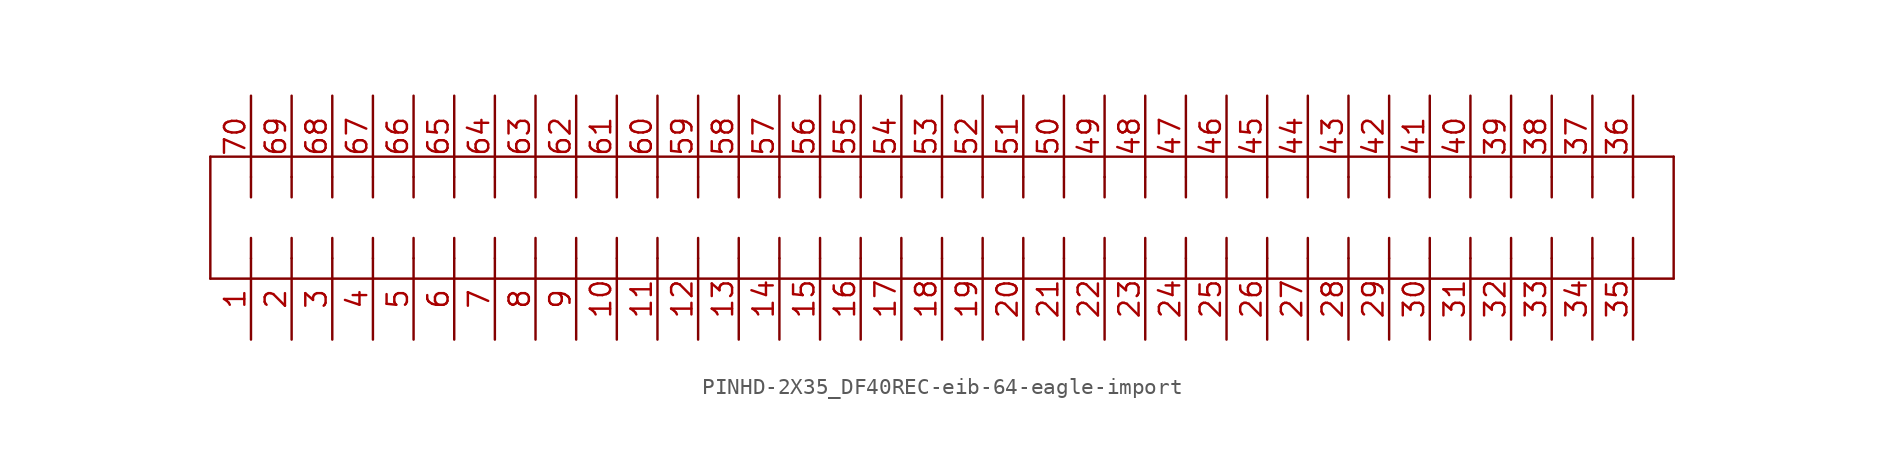
<source format=kicad_sym>
(kicad_symbol_lib
  (version 20220914)
  (generator kicad_symbol_editor)
  (symbol "PINHD-2X35_DF40REC-eib-64-eagle-import"
    (pin_names
      (offset 1.016))
    (property "Reference" ""
      (at 0 0 0)
      (effects (font (size 1.27 1.27)) hide))
    (property "ki_locked" ""
      (at 0 0 0)
      (effects (font (size 1.27 1.27))))
    (symbol "PINHD-2X35_DF40REC-eib-64-eagle-import_1_0"
      (polyline (pts (xy -2.54 -3.81) (xy 88.9 -3.81)) (stroke (width 0) (type solid)) (fill (type none)))
      (polyline (pts (xy -2.54 3.81) (xy -2.54 -3.81)) (stroke (width 0) (type solid)) (fill (type none)))
      (polyline (pts (xy 0 -1.27) (xy 0 -2.54)) (stroke (width 0) (type solid)) (fill (type none)))
      (polyline (pts (xy 0 2.54) (xy 0 1.27)) (stroke (width 0) (type solid)) (fill (type none)))
      (polyline (pts (xy 2.54 -1.27) (xy 2.54 -2.54)) (stroke (width 0) (type solid)) (fill (type none)))
      (polyline (pts (xy 2.54 2.54) (xy 2.54 1.27)) (stroke (width 0) (type solid)) (fill (type none)))
      (polyline (pts (xy 5.08 -1.27) (xy 5.08 -2.54)) (stroke (width 0) (type solid)) (fill (type none)))
      (polyline (pts (xy 5.08 2.54) (xy 5.08 1.27)) (stroke (width 0) (type solid)) (fill (type none)))
      (polyline (pts (xy 7.62 -1.27) (xy 7.62 -2.54)) (stroke (width 0) (type solid)) (fill (type none)))
      (polyline (pts (xy 7.62 2.54) (xy 7.62 1.27)) (stroke (width 0) (type solid)) (fill (type none)))
      (polyline (pts (xy 10.16 -1.27) (xy 10.16 -2.54)) (stroke (width 0) (type solid)) (fill (type none)))
      (polyline (pts (xy 10.16 2.54) (xy 10.16 1.27)) (stroke (width 0) (type solid)) (fill (type none)))
      (polyline (pts (xy 12.7 -1.27) (xy 12.7 -2.54)) (stroke (width 0) (type solid)) (fill (type none)))
      (polyline (pts (xy 12.7 2.54) (xy 12.7 1.27)) (stroke (width 0) (type solid)) (fill (type none)))
      (polyline (pts (xy 15.24 -1.27) (xy 15.24 -2.54)) (stroke (width 0) (type solid)) (fill (type none)))
      (polyline (pts (xy 15.24 2.54) (xy 15.24 1.27)) (stroke (width 0) (type solid)) (fill (type none)))
      (polyline (pts (xy 17.78 -1.27) (xy 17.78 -2.54)) (stroke (width 0) (type solid)) (fill (type none)))
      (polyline (pts (xy 17.78 2.54) (xy 17.78 1.27)) (stroke (width 0) (type solid)) (fill (type none)))
      (polyline (pts (xy 20.32 -1.27) (xy 20.32 -2.54)) (stroke (width 0) (type solid)) (fill (type none)))
      (polyline (pts (xy 20.32 2.54) (xy 20.32 1.27)) (stroke (width 0) (type solid)) (fill (type none)))
      (polyline (pts (xy 22.86 -1.27) (xy 22.86 -2.54)) (stroke (width 0) (type solid)) (fill (type none)))
      (polyline (pts (xy 22.86 2.54) (xy 22.86 1.27)) (stroke (width 0) (type solid)) (fill (type none)))
      (polyline (pts (xy 25.4 -1.27) (xy 25.4 -2.54)) (stroke (width 0) (type solid)) (fill (type none)))
      (polyline (pts (xy 25.4 2.54) (xy 25.4 1.27)) (stroke (width 0) (type solid)) (fill (type none)))
      (polyline (pts (xy 27.94 -1.27) (xy 27.94 -2.54)) (stroke (width 0) (type solid)) (fill (type none)))
      (polyline (pts (xy 27.94 2.54) (xy 27.94 1.27)) (stroke (width 0) (type solid)) (fill (type none)))
      (polyline (pts (xy 30.48 -1.27) (xy 30.48 -2.54)) (stroke (width 0) (type solid)) (fill (type none)))
      (polyline (pts (xy 30.48 2.54) (xy 30.48 1.27)) (stroke (width 0) (type solid)) (fill (type none)))
      (polyline (pts (xy 33.02 -1.27) (xy 33.02 -2.54)) (stroke (width 0) (type solid)) (fill (type none)))
      (polyline (pts (xy 33.02 2.54) (xy 33.02 1.27)) (stroke (width 0) (type solid)) (fill (type none)))
      (polyline (pts (xy 35.56 -1.27) (xy 35.56 -2.54)) (stroke (width 0) (type solid)) (fill (type none)))
      (polyline (pts (xy 35.56 2.54) (xy 35.56 1.27)) (stroke (width 0) (type solid)) (fill (type none)))
      (polyline (pts (xy 38.1 -1.27) (xy 38.1 -2.54)) (stroke (width 0) (type solid)) (fill (type none)))
      (polyline (pts (xy 38.1 2.54) (xy 38.1 1.27)) (stroke (width 0) (type solid)) (fill (type none)))
      (polyline (pts (xy 40.64 -1.27) (xy 40.64 -2.54)) (stroke (width 0) (type solid)) (fill (type none)))
      (polyline (pts (xy 40.64 2.54) (xy 40.64 1.27)) (stroke (width 0) (type solid)) (fill (type none)))
      (polyline (pts (xy 43.18 -1.27) (xy 43.18 -2.54)) (stroke (width 0) (type solid)) (fill (type none)))
      (polyline (pts (xy 43.18 2.54) (xy 43.18 1.27)) (stroke (width 0) (type solid)) (fill (type none)))
      (polyline (pts (xy 45.72 -1.27) (xy 45.72 -2.54)) (stroke (width 0) (type solid)) (fill (type none)))
      (polyline (pts (xy 45.72 2.54) (xy 45.72 1.27)) (stroke (width 0) (type solid)) (fill (type none)))
      (polyline (pts (xy 48.26 -1.27) (xy 48.26 -2.54)) (stroke (width 0) (type solid)) (fill (type none)))
      (polyline (pts (xy 48.26 2.54) (xy 48.26 1.27)) (stroke (width 0) (type solid)) (fill (type none)))
      (polyline (pts (xy 50.8 -1.27) (xy 50.8 -2.54)) (stroke (width 0) (type solid)) (fill (type none)))
      (polyline (pts (xy 50.8 2.54) (xy 50.8 1.27)) (stroke (width 0) (type solid)) (fill (type none)))
      (polyline (pts (xy 53.34 -1.27) (xy 53.34 -2.54)) (stroke (width 0) (type solid)) (fill (type none)))
      (polyline (pts (xy 53.34 2.54) (xy 53.34 1.27)) (stroke (width 0) (type solid)) (fill (type none)))
      (polyline (pts (xy 55.88 -1.27) (xy 55.88 -2.54)) (stroke (width 0) (type solid)) (fill (type none)))
      (polyline (pts (xy 55.88 2.54) (xy 55.88 1.27)) (stroke (width 0) (type solid)) (fill (type none)))
      (polyline (pts (xy 58.42 -1.27) (xy 58.42 -2.54)) (stroke (width 0) (type solid)) (fill (type none)))
      (polyline (pts (xy 58.42 2.54) (xy 58.42 1.27)) (stroke (width 0) (type solid)) (fill (type none)))
      (polyline (pts (xy 60.96 -1.27) (xy 60.96 -2.54)) (stroke (width 0) (type solid)) (fill (type none)))
      (polyline (pts (xy 60.96 2.54) (xy 60.96 1.27)) (stroke (width 0) (type solid)) (fill (type none)))
      (polyline (pts (xy 63.5 -1.27) (xy 63.5 -2.54)) (stroke (width 0) (type solid)) (fill (type none)))
      (polyline (pts (xy 63.5 2.54) (xy 63.5 1.27)) (stroke (width 0) (type solid)) (fill (type none)))
      (polyline (pts (xy 66.04 -1.27) (xy 66.04 -2.54)) (stroke (width 0) (type solid)) (fill (type none)))
      (polyline (pts (xy 66.04 2.54) (xy 66.04 1.27)) (stroke (width 0) (type solid)) (fill (type none)))
      (polyline (pts (xy 68.58 -1.27) (xy 68.58 -2.54)) (stroke (width 0) (type solid)) (fill (type none)))
      (polyline (pts (xy 68.58 2.54) (xy 68.58 1.27)) (stroke (width 0) (type solid)) (fill (type none)))
      (polyline (pts (xy 71.12 -1.27) (xy 71.12 -2.54)) (stroke (width 0) (type solid)) (fill (type none)))
      (polyline (pts (xy 71.12 2.54) (xy 71.12 1.27)) (stroke (width 0) (type solid)) (fill (type none)))
      (polyline (pts (xy 73.66 -1.27) (xy 73.66 -2.54)) (stroke (width 0) (type solid)) (fill (type none)))
      (polyline (pts (xy 73.66 2.54) (xy 73.66 1.27)) (stroke (width 0) (type solid)) (fill (type none)))
      (polyline (pts (xy 76.2 -1.27) (xy 76.2 -2.54)) (stroke (width 0) (type solid)) (fill (type none)))
      (polyline (pts (xy 76.2 2.54) (xy 76.2 1.27)) (stroke (width 0) (type solid)) (fill (type none)))
      (polyline (pts (xy 78.74 -1.27) (xy 78.74 -2.54)) (stroke (width 0) (type solid)) (fill (type none)))
      (polyline (pts (xy 78.74 2.54) (xy 78.74 1.27)) (stroke (width 0) (type solid)) (fill (type none)))
      (polyline (pts (xy 81.28 -1.27) (xy 81.28 -2.54)) (stroke (width 0) (type solid)) (fill (type none)))
      (polyline (pts (xy 81.28 2.54) (xy 81.28 1.27)) (stroke (width 0) (type solid)) (fill (type none)))
      (polyline (pts (xy 83.82 -1.27) (xy 83.82 -2.54)) (stroke (width 0) (type solid)) (fill (type none)))
      (polyline (pts (xy 83.82 2.54) (xy 83.82 1.27)) (stroke (width 0) (type solid)) (fill (type none)))
      (polyline (pts (xy 86.36 -1.27) (xy 86.36 -2.54)) (stroke (width 0) (type solid)) (fill (type none)))
      (polyline (pts (xy 86.36 2.54) (xy 86.36 1.27)) (stroke (width 0) (type solid)) (fill (type none)))
      (polyline (pts (xy 88.9 -3.81) (xy 88.9 3.81)) (stroke (width 0) (type solid)) (fill (type none)))
      (polyline (pts (xy 88.9 3.81) (xy -2.54 3.81)) (stroke (width 0) (type solid)) (fill (type none)))
      (pin bidirectional line (at 0 -7.62 90) (length 5.08) (name "1" (effects (font (size 0 0)))) (number "1" (effects (font (size 1.27 1.27)))))
      (pin bidirectional line (at 22.86 -7.62 90) (length 5.08) (name "10" (effects (font (size 0 0)))) (number "10" (effects (font (size 1.27 1.27)))))
      (pin bidirectional line (at 25.4 -7.62 90) (length 5.08) (name "11" (effects (font (size 0 0)))) (number "11" (effects (font (size 1.27 1.27)))))
      (pin bidirectional line (at 27.94 -7.62 90) (length 5.08) (name "12" (effects (font (size 0 0)))) (number "12" (effects (font (size 1.27 1.27)))))
      (pin bidirectional line (at 30.48 -7.62 90) (length 5.08) (name "13" (effects (font (size 0 0)))) (number "13" (effects (font (size 1.27 1.27)))))
      (pin bidirectional line (at 33.02 -7.62 90) (length 5.08) (name "14" (effects (font (size 0 0)))) (number "14" (effects (font (size 1.27 1.27)))))
      (pin bidirectional line (at 35.56 -7.62 90) (length 5.08) (name "15" (effects (font (size 0 0)))) (number "15" (effects (font (size 1.27 1.27)))))
      (pin bidirectional line (at 38.1 -7.62 90) (length 5.08) (name "16" (effects (font (size 0 0)))) (number "16" (effects (font (size 1.27 1.27)))))
      (pin bidirectional line (at 40.64 -7.62 90) (length 5.08) (name "17" (effects (font (size 0 0)))) (number "17" (effects (font (size 1.27 1.27)))))
      (pin bidirectional line (at 43.18 -7.62 90) (length 5.08) (name "18" (effects (font (size 0 0)))) (number "18" (effects (font (size 1.27 1.27)))))
      (pin bidirectional line (at 45.72 -7.62 90) (length 5.08) (name "19" (effects (font (size 0 0)))) (number "19" (effects (font (size 1.27 1.27)))))
      (pin bidirectional line (at 2.54 -7.62 90) (length 5.08) (name "2" (effects (font (size 0 0)))) (number "2" (effects (font (size 1.27 1.27)))))
      (pin bidirectional line (at 48.26 -7.62 90) (length 5.08) (name "20" (effects (font (size 0 0)))) (number "20" (effects (font (size 1.27 1.27)))))
      (pin bidirectional line (at 50.8 -7.62 90) (length 5.08) (name "21" (effects (font (size 0 0)))) (number "21" (effects (font (size 1.27 1.27)))))
      (pin bidirectional line (at 53.34 -7.62 90) (length 5.08) (name "22" (effects (font (size 0 0)))) (number "22" (effects (font (size 1.27 1.27)))))
      (pin bidirectional line (at 55.88 -7.62 90) (length 5.08) (name "23" (effects (font (size 0 0)))) (number "23" (effects (font (size 1.27 1.27)))))
      (pin bidirectional line (at 58.42 -7.62 90) (length 5.08) (name "24" (effects (font (size 0 0)))) (number "24" (effects (font (size 1.27 1.27)))))
      (pin bidirectional line (at 60.96 -7.62 90) (length 5.08) (name "25" (effects (font (size 0 0)))) (number "25" (effects (font (size 1.27 1.27)))))
      (pin bidirectional line (at 63.5 -7.62 90) (length 5.08) (name "26" (effects (font (size 0 0)))) (number "26" (effects (font (size 1.27 1.27)))))
      (pin bidirectional line (at 66.04 -7.62 90) (length 5.08) (name "27" (effects (font (size 0 0)))) (number "27" (effects (font (size 1.27 1.27)))))
      (pin bidirectional line (at 68.58 -7.62 90) (length 5.08) (name "28" (effects (font (size 0 0)))) (number "28" (effects (font (size 1.27 1.27)))))
      (pin bidirectional line (at 71.12 -7.62 90) (length 5.08) (name "29" (effects (font (size 0 0)))) (number "29" (effects (font (size 1.27 1.27)))))
      (pin bidirectional line (at 5.08 -7.62 90) (length 5.08) (name "3" (effects (font (size 0 0)))) (number "3" (effects (font (size 1.27 1.27)))))
      (pin bidirectional line (at 73.66 -7.62 90) (length 5.08) (name "30" (effects (font (size 0 0)))) (number "30" (effects (font (size 1.27 1.27)))))
      (pin bidirectional line (at 76.2 -7.62 90) (length 5.08) (name "31" (effects (font (size 0 0)))) (number "31" (effects (font (size 1.27 1.27)))))
      (pin bidirectional line (at 78.74 -7.62 90) (length 5.08) (name "32" (effects (font (size 0 0)))) (number "32" (effects (font (size 1.27 1.27)))))
      (pin bidirectional line (at 81.28 -7.62 90) (length 5.08) (name "33" (effects (font (size 0 0)))) (number "33" (effects (font (size 1.27 1.27)))))
      (pin bidirectional line (at 83.82 -7.62 90) (length 5.08) (name "34" (effects (font (size 0 0)))) (number "34" (effects (font (size 1.27 1.27)))))
      (pin bidirectional line (at 86.36 -7.62 90) (length 5.08) (name "35" (effects (font (size 0 0)))) (number "35" (effects (font (size 1.27 1.27)))))
      (pin bidirectional line (at 86.36 7.62 270) (length 5.08) (name "36" (effects (font (size 0 0)))) (number "36" (effects (font (size 1.27 1.27)))))
      (pin bidirectional line (at 83.82 7.62 270) (length 5.08) (name "37" (effects (font (size 0 0)))) (number "37" (effects (font (size 1.27 1.27)))))
      (pin bidirectional line (at 81.28 7.62 270) (length 5.08) (name "38" (effects (font (size 0 0)))) (number "38" (effects (font (size 1.27 1.27)))))
      (pin bidirectional line (at 78.74 7.62 270) (length 5.08) (name "39" (effects (font (size 0 0)))) (number "39" (effects (font (size 1.27 1.27)))))
      (pin bidirectional line (at 7.62 -7.62 90) (length 5.08) (name "4" (effects (font (size 0 0)))) (number "4" (effects (font (size 1.27 1.27)))))
      (pin bidirectional line (at 76.2 7.62 270) (length 5.08) (name "40" (effects (font (size 0 0)))) (number "40" (effects (font (size 1.27 1.27)))))
      (pin bidirectional line (at 73.66 7.62 270) (length 5.08) (name "41" (effects (font (size 0 0)))) (number "41" (effects (font (size 1.27 1.27)))))
      (pin bidirectional line (at 71.12 7.62 270) (length 5.08) (name "42" (effects (font (size 0 0)))) (number "42" (effects (font (size 1.27 1.27)))))
      (pin bidirectional line (at 68.58 7.62 270) (length 5.08) (name "43" (effects (font (size 0 0)))) (number "43" (effects (font (size 1.27 1.27)))))
      (pin bidirectional line (at 66.04 7.62 270) (length 5.08) (name "44" (effects (font (size 0 0)))) (number "44" (effects (font (size 1.27 1.27)))))
      (pin bidirectional line (at 63.5 7.62 270) (length 5.08) (name "45" (effects (font (size 0 0)))) (number "45" (effects (font (size 1.27 1.27)))))
      (pin bidirectional line (at 60.96 7.62 270) (length 5.08) (name "46" (effects (font (size 0 0)))) (number "46" (effects (font (size 1.27 1.27)))))
      (pin bidirectional line (at 58.42 7.62 270) (length 5.08) (name "47" (effects (font (size 0 0)))) (number "47" (effects (font (size 1.27 1.27)))))
      (pin bidirectional line (at 55.88 7.62 270) (length 5.08) (name "48" (effects (font (size 0 0)))) (number "48" (effects (font (size 1.27 1.27)))))
      (pin bidirectional line (at 53.34 7.62 270) (length 5.08) (name "49" (effects (font (size 0 0)))) (number "49" (effects (font (size 1.27 1.27)))))
      (pin bidirectional line (at 10.16 -7.62 90) (length 5.08) (name "5" (effects (font (size 0 0)))) (number "5" (effects (font (size 1.27 1.27)))))
      (pin bidirectional line (at 50.8 7.62 270) (length 5.08) (name "50" (effects (font (size 0 0)))) (number "50" (effects (font (size 1.27 1.27)))))
      (pin bidirectional line (at 48.26 7.62 270) (length 5.08) (name "51" (effects (font (size 0 0)))) (number "51" (effects (font (size 1.27 1.27)))))
      (pin bidirectional line (at 45.72 7.62 270) (length 5.08) (name "52" (effects (font (size 0 0)))) (number "52" (effects (font (size 1.27 1.27)))))
      (pin bidirectional line (at 43.18 7.62 270) (length 5.08) (name "53" (effects (font (size 0 0)))) (number "53" (effects (font (size 1.27 1.27)))))
      (pin bidirectional line (at 40.64 7.62 270) (length 5.08) (name "54" (effects (font (size 0 0)))) (number "54" (effects (font (size 1.27 1.27)))))
      (pin bidirectional line (at 38.1 7.62 270) (length 5.08) (name "55" (effects (font (size 0 0)))) (number "55" (effects (font (size 1.27 1.27)))))
      (pin bidirectional line (at 35.56 7.62 270) (length 5.08) (name "56" (effects (font (size 0 0)))) (number "56" (effects (font (size 1.27 1.27)))))
      (pin bidirectional line (at 33.02 7.62 270) (length 5.08) (name "57" (effects (font (size 0 0)))) (number "57" (effects (font (size 1.27 1.27)))))
      (pin bidirectional line (at 30.48 7.62 270) (length 5.08) (name "58" (effects (font (size 0 0)))) (number "58" (effects (font (size 1.27 1.27)))))
      (pin bidirectional line (at 27.94 7.62 270) (length 5.08) (name "59" (effects (font (size 0 0)))) (number "59" (effects (font (size 1.27 1.27)))))
      (pin bidirectional line (at 12.7 -7.62 90) (length 5.08) (name "6" (effects (font (size 0 0)))) (number "6" (effects (font (size 1.27 1.27)))))
      (pin bidirectional line (at 25.4 7.62 270) (length 5.08) (name "60" (effects (font (size 0 0)))) (number "60" (effects (font (size 1.27 1.27)))))
      (pin bidirectional line (at 22.86 7.62 270) (length 5.08) (name "61" (effects (font (size 0 0)))) (number "61" (effects (font (size 1.27 1.27)))))
      (pin bidirectional line (at 20.32 7.62 270) (length 5.08) (name "62" (effects (font (size 0 0)))) (number "62" (effects (font (size 1.27 1.27)))))
      (pin bidirectional line (at 17.78 7.62 270) (length 5.08) (name "63" (effects (font (size 0 0)))) (number "63" (effects (font (size 1.27 1.27)))))
      (pin bidirectional line (at 15.24 7.62 270) (length 5.08) (name "64" (effects (font (size 0 0)))) (number "64" (effects (font (size 1.27 1.27)))))
      (pin bidirectional line (at 12.7 7.62 270) (length 5.08) (name "65" (effects (font (size 0 0)))) (number "65" (effects (font (size 1.27 1.27)))))
      (pin bidirectional line (at 10.16 7.62 270) (length 5.08) (name "66" (effects (font (size 0 0)))) (number "66" (effects (font (size 1.27 1.27)))))
      (pin bidirectional line (at 7.62 7.62 270) (length 5.08) (name "67" (effects (font (size 0 0)))) (number "67" (effects (font (size 1.27 1.27)))))
      (pin bidirectional line (at 5.08 7.62 270) (length 5.08) (name "68" (effects (font (size 0 0)))) (number "68" (effects (font (size 1.27 1.27)))))
      (pin bidirectional line (at 2.54 7.62 270) (length 5.08) (name "69" (effects (font (size 0 0)))) (number "69" (effects (font (size 1.27 1.27)))))
      (pin bidirectional line (at 15.24 -7.62 90) (length 5.08) (name "7" (effects (font (size 0 0)))) (number "7" (effects (font (size 1.27 1.27)))))
      (pin bidirectional line (at 0 7.62 270) (length 5.08) (name "70" (effects (font (size 0 0)))) (number "70" (effects (font (size 1.27 1.27)))))
      (pin bidirectional line (at 17.78 -7.62 90) (length 5.08) (name "8" (effects (font (size 0 0)))) (number "8" (effects (font (size 1.27 1.27)))))
      (pin bidirectional line (at 20.32 -7.62 90) (length 5.08) (name "9" (effects (font (size 0 0)))) (number "9" (effects (font (size 1.27 1.27))))))))
</source>
